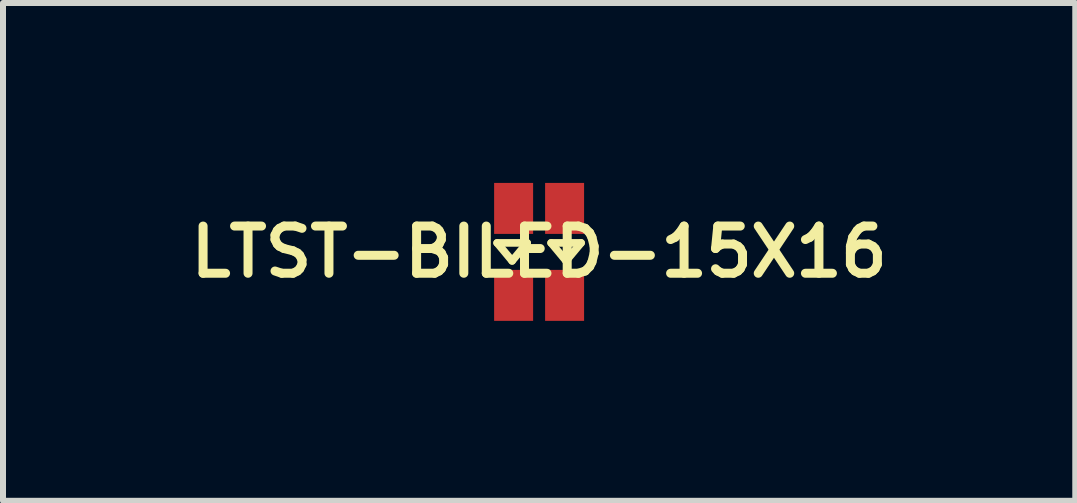
<source format=kicad_pcb>
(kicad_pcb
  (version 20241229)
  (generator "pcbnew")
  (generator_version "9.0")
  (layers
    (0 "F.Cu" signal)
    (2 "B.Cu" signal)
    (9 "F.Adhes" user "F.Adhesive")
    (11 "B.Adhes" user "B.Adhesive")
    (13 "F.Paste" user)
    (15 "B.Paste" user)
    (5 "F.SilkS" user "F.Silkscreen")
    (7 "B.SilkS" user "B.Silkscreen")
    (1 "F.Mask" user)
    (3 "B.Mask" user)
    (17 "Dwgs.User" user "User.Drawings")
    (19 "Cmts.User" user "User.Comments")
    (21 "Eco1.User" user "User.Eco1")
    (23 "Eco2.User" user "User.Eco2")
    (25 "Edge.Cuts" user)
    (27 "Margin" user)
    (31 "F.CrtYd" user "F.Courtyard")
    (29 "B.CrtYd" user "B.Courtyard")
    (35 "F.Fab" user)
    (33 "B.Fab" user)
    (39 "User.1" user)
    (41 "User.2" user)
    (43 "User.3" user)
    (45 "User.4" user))
  (footprint "LTST-BILED-15X16"
    (layer "F.Cu")
    (at 5.939 1.15)
    (property "Reference" "LTST-BILED-15X16" (at 0 0 0) (layer "F.SilkS") (effects (font (size 0.787 0.787) (thickness 0.15))))
    (attr smd)
    (fp_line (start -0.7 -0.15) (end -0.2 -0.15) (stroke (width 0.127) (type solid)) (layer "F.SilkS"))
    (fp_line (start -0.45 0.15) (end -0.7 -0.15) (stroke (width 0.127) (type solid)) (layer "F.SilkS"))
    (fp_line (start -0.2 -0.15) (end -0.45 0.15) (stroke (width 0.127) (type solid)) (layer "F.SilkS"))
    (fp_line (start 0.2 -0.15) (end 0.7 -0.15) (stroke (width 0.127) (type solid)) (layer "F.SilkS"))
    (fp_line (start 0.45 0.15) (end 0.2 -0.15) (stroke (width 0.127) (type solid)) (layer "F.SilkS"))
    (fp_line (start 0.7 -0.15) (end 0.45 0.15) (stroke (width 0.127) (type solid)) (layer "F.SilkS"))
    (pad "P$1" smd rect (at 0.425 -0.725) (size 0.65 0.85) (layers "F.Cu" "F.Mask" "F.Paste"))
    (pad "P$2" smd rect (at -0.425 -0.725) (size 0.65 0.85) (layers "F.Cu" "F.Mask" "F.Paste"))
    (pad "P$3" smd rect (at 0.425 0.725) (size 0.65 0.85) (layers "F.Cu" "F.Mask" "F.Paste"))
    (pad "P$4" smd rect (at -0.425 0.725) (size 0.65 0.85) (layers "F.Cu" "F.Mask" "F.Paste")))
  (gr_rect
    (start -3 -3)
    (end 14.879 5.3)
    (stroke (width 0.1) (type default))
    (fill no)
    (layer "Edge.Cuts")))
</source>
